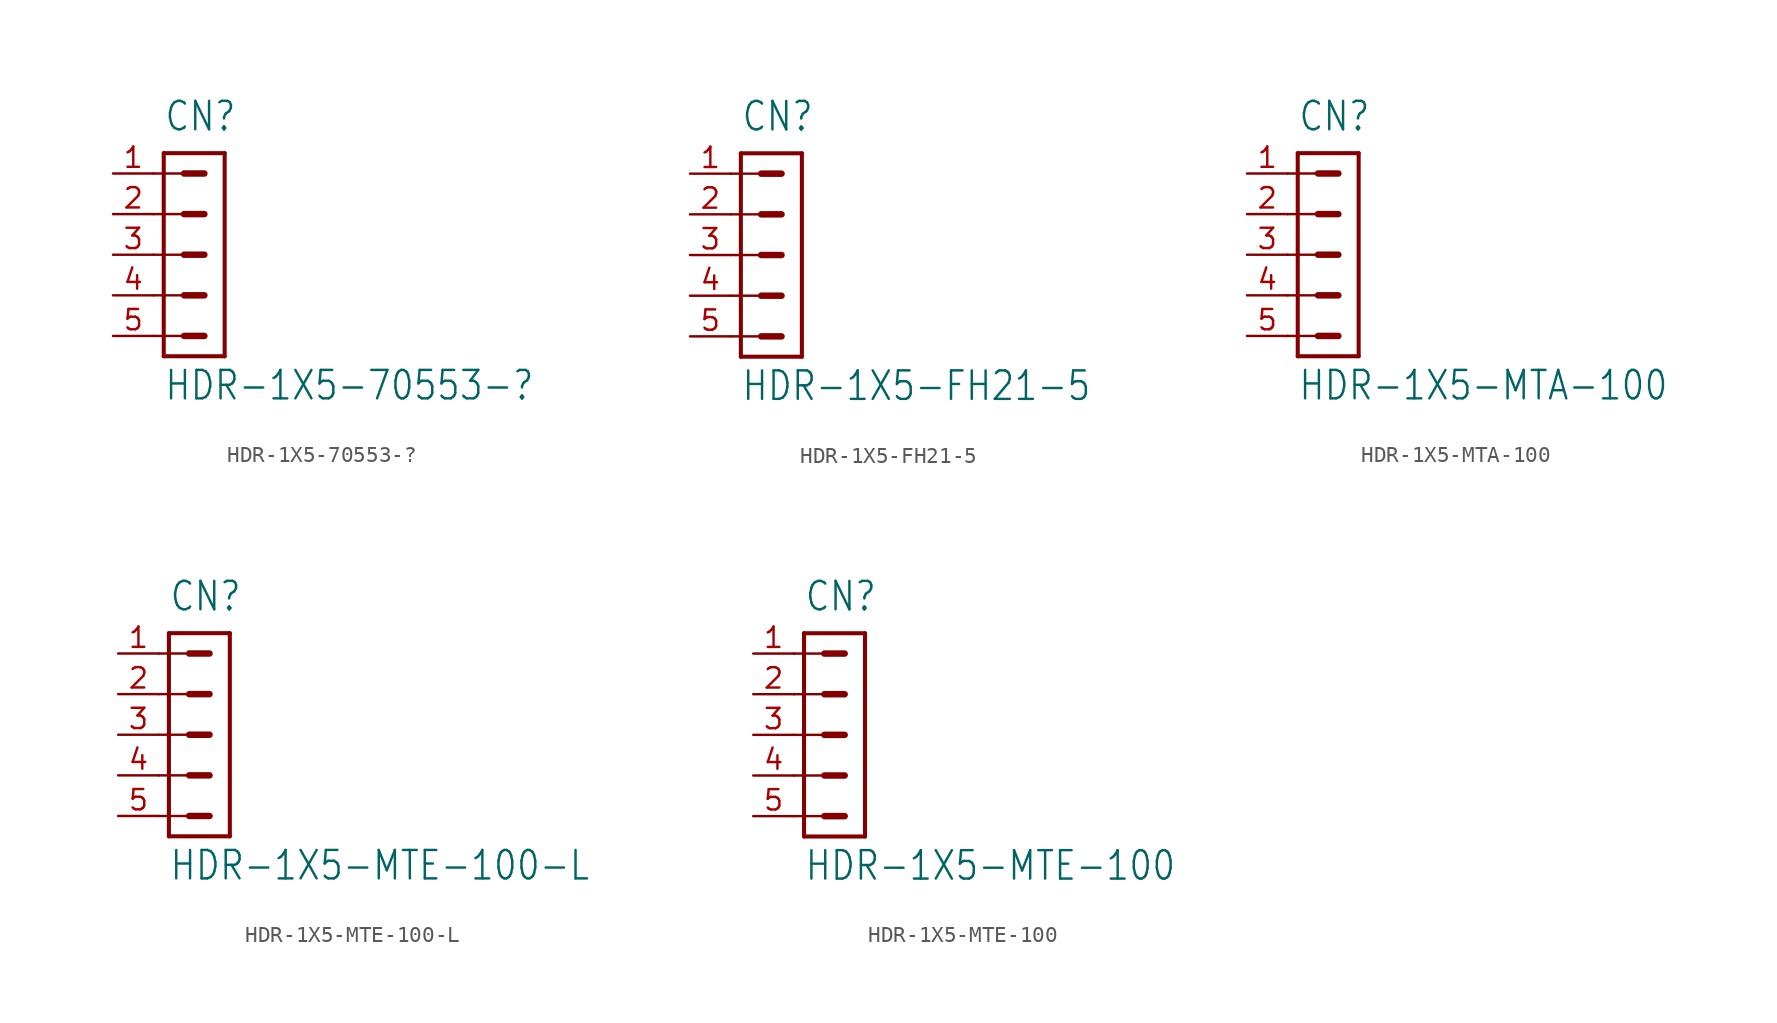
<source format=kicad_sym>
(kicad_symbol_lib
  (version 20211014)
  (generator kicad_symbol_editor)
  (symbol "HDR-1X5-70553-?"
    (property "Reference" "CN"
      (at -1.905 7.62 0)
      (effects (font (size 1.778 1.511)) (justify left bottom)))
    (property "Value" "HDR-1X5-70553-?"
      (at -1.905 -9.207 0)
      (effects (font (size 1.778 1.511)) (justify left bottom)))
    (property "ki_locked" ""
      (at 0 0 0)
      (effects (font (size 1.27 1.27))))
    (symbol "HDR-1X5-70553-?_1_0"
      (polyline (pts (xy -2.54 -5.08) (xy -0.635 -5.08)) (stroke (width 0.152) (type default) (color 0 0 0 0)) (fill (type none)))
      (polyline (pts (xy -2.54 -2.54) (xy -0.635 -2.54)) (stroke (width 0.152) (type default) (color 0 0 0 0)) (fill (type none)))
      (polyline (pts (xy -2.54 0) (xy -0.635 0)) (stroke (width 0.152) (type default) (color 0 0 0 0)) (fill (type none)))
      (polyline (pts (xy -2.54 2.54) (xy -0.635 2.54)) (stroke (width 0.152) (type default) (color 0 0 0 0)) (fill (type none)))
      (polyline (pts (xy -2.54 5.08) (xy -0.635 5.08)) (stroke (width 0.152) (type default) (color 0 0 0 0)) (fill (type none)))
      (polyline (pts (xy -1.905 -6.35) (xy -1.905 6.35)) (stroke (width 0.254) (type default) (color 0 0 0 0)) (fill (type none)))
      (polyline (pts (xy -1.905 -6.35) (xy 1.905 -6.35)) (stroke (width 0.254) (type default) (color 0 0 0 0)) (fill (type none)))
      (polyline (pts (xy -0.635 -5.08) (xy 0.635 -5.08)) (stroke (width 0.406) (type default) (color 0 0 0 0)) (fill (type none)))
      (polyline (pts (xy -0.635 -2.54) (xy 0.635 -2.54)) (stroke (width 0.406) (type default) (color 0 0 0 0)) (fill (type none)))
      (polyline (pts (xy -0.635 0) (xy 0.635 0)) (stroke (width 0.406) (type default) (color 0 0 0 0)) (fill (type none)))
      (polyline (pts (xy -0.635 2.54) (xy 0.635 2.54)) (stroke (width 0.406) (type default) (color 0 0 0 0)) (fill (type none)))
      (polyline (pts (xy -0.635 5.08) (xy 0.635 5.08)) (stroke (width 0.406) (type default) (color 0 0 0 0)) (fill (type none)))
      (polyline (pts (xy 1.905 6.35) (xy -1.905 6.35)) (stroke (width 0.254) (type default) (color 0 0 0 0)) (fill (type none)))
      (polyline (pts (xy 1.905 6.35) (xy 1.905 -6.35)) (stroke (width 0.254) (type default) (color 0 0 0 0)) (fill (type none)))
      (pin passive line (at -5.08 5.08 0) (length 2.54) (name "1" (effects (font (size 0 0)))) (number "1" (effects (font (size 1.27 1.27)))))
      (pin passive line (at -5.08 2.54 0) (length 2.54) (name "2" (effects (font (size 0 0)))) (number "2" (effects (font (size 1.27 1.27)))))
      (pin passive line (at -5.08 0 0) (length 2.54) (name "3" (effects (font (size 0 0)))) (number "3" (effects (font (size 1.27 1.27)))))
      (pin passive line (at -5.08 -2.54 0) (length 2.54) (name "4" (effects (font (size 0 0)))) (number "4" (effects (font (size 1.27 1.27)))))
      (pin passive line (at -5.08 -5.08 0) (length 2.54) (name "5" (effects (font (size 0 0)))) (number "5" (effects (font (size 1.27 1.27)))))))
  (symbol "HDR-1X5-FH21-5"
    (property "Reference" "CN"
      (at -1.905 7.62 0)
      (effects (font (size 1.778 1.511)) (justify left bottom)))
    (property "Value" "HDR-1X5-FH21-5"
      (at -1.905 -9.207 0)
      (effects (font (size 1.778 1.511)) (justify left bottom)))
    (property "ki_locked" ""
      (at 0 0 0)
      (effects (font (size 1.27 1.27))))
    (symbol "HDR-1X5-FH21-5_1_0"
      (polyline (pts (xy -2.54 -5.08) (xy -0.635 -5.08)) (stroke (width 0.152) (type default) (color 0 0 0 0)) (fill (type none)))
      (polyline (pts (xy -2.54 -2.54) (xy -0.635 -2.54)) (stroke (width 0.152) (type default) (color 0 0 0 0)) (fill (type none)))
      (polyline (pts (xy -2.54 0) (xy -0.635 0)) (stroke (width 0.152) (type default) (color 0 0 0 0)) (fill (type none)))
      (polyline (pts (xy -2.54 2.54) (xy -0.635 2.54)) (stroke (width 0.152) (type default) (color 0 0 0 0)) (fill (type none)))
      (polyline (pts (xy -2.54 5.08) (xy -0.635 5.08)) (stroke (width 0.152) (type default) (color 0 0 0 0)) (fill (type none)))
      (polyline (pts (xy -1.905 -6.35) (xy -1.905 6.35)) (stroke (width 0.254) (type default) (color 0 0 0 0)) (fill (type none)))
      (polyline (pts (xy -1.905 -6.35) (xy 1.905 -6.35)) (stroke (width 0.254) (type default) (color 0 0 0 0)) (fill (type none)))
      (polyline (pts (xy -0.635 -5.08) (xy 0.635 -5.08)) (stroke (width 0.406) (type default) (color 0 0 0 0)) (fill (type none)))
      (polyline (pts (xy -0.635 -2.54) (xy 0.635 -2.54)) (stroke (width 0.406) (type default) (color 0 0 0 0)) (fill (type none)))
      (polyline (pts (xy -0.635 0) (xy 0.635 0)) (stroke (width 0.406) (type default) (color 0 0 0 0)) (fill (type none)))
      (polyline (pts (xy -0.635 2.54) (xy 0.635 2.54)) (stroke (width 0.406) (type default) (color 0 0 0 0)) (fill (type none)))
      (polyline (pts (xy -0.635 5.08) (xy 0.635 5.08)) (stroke (width 0.406) (type default) (color 0 0 0 0)) (fill (type none)))
      (polyline (pts (xy 1.905 6.35) (xy -1.905 6.35)) (stroke (width 0.254) (type default) (color 0 0 0 0)) (fill (type none)))
      (polyline (pts (xy 1.905 6.35) (xy 1.905 -6.35)) (stroke (width 0.254) (type default) (color 0 0 0 0)) (fill (type none)))
      (pin passive line (at -5.08 5.08 0) (length 2.54) (name "1" (effects (font (size 0 0)))) (number "1" (effects (font (size 1.27 1.27)))))
      (pin passive line (at -5.08 2.54 0) (length 2.54) (name "2" (effects (font (size 0 0)))) (number "2" (effects (font (size 1.27 1.27)))))
      (pin passive line (at -5.08 0 0) (length 2.54) (name "3" (effects (font (size 0 0)))) (number "3" (effects (font (size 1.27 1.27)))))
      (pin passive line (at -5.08 -2.54 0) (length 2.54) (name "4" (effects (font (size 0 0)))) (number "4" (effects (font (size 1.27 1.27)))))
      (pin passive line (at -5.08 -5.08 0) (length 2.54) (name "5" (effects (font (size 0 0)))) (number "5" (effects (font (size 1.27 1.27)))))))
  (symbol "HDR-1X5-MTA-100"
    (property "Reference" "CN"
      (at -1.905 7.62 0)
      (effects (font (size 1.778 1.511)) (justify left bottom)))
    (property "Value" "HDR-1X5-MTA-100"
      (at -1.905 -9.207 0)
      (effects (font (size 1.778 1.511)) (justify left bottom)))
    (property "ki_locked" ""
      (at 0 0 0)
      (effects (font (size 1.27 1.27))))
    (symbol "HDR-1X5-MTA-100_1_0"
      (polyline (pts (xy -2.54 -5.08) (xy -0.635 -5.08)) (stroke (width 0.152) (type default) (color 0 0 0 0)) (fill (type none)))
      (polyline (pts (xy -2.54 -2.54) (xy -0.635 -2.54)) (stroke (width 0.152) (type default) (color 0 0 0 0)) (fill (type none)))
      (polyline (pts (xy -2.54 0) (xy -0.635 0)) (stroke (width 0.152) (type default) (color 0 0 0 0)) (fill (type none)))
      (polyline (pts (xy -2.54 2.54) (xy -0.635 2.54)) (stroke (width 0.152) (type default) (color 0 0 0 0)) (fill (type none)))
      (polyline (pts (xy -2.54 5.08) (xy -0.635 5.08)) (stroke (width 0.152) (type default) (color 0 0 0 0)) (fill (type none)))
      (polyline (pts (xy -1.905 -6.35) (xy -1.905 6.35)) (stroke (width 0.254) (type default) (color 0 0 0 0)) (fill (type none)))
      (polyline (pts (xy -1.905 -6.35) (xy 1.905 -6.35)) (stroke (width 0.254) (type default) (color 0 0 0 0)) (fill (type none)))
      (polyline (pts (xy -0.635 -5.08) (xy 0.635 -5.08)) (stroke (width 0.406) (type default) (color 0 0 0 0)) (fill (type none)))
      (polyline (pts (xy -0.635 -2.54) (xy 0.635 -2.54)) (stroke (width 0.406) (type default) (color 0 0 0 0)) (fill (type none)))
      (polyline (pts (xy -0.635 0) (xy 0.635 0)) (stroke (width 0.406) (type default) (color 0 0 0 0)) (fill (type none)))
      (polyline (pts (xy -0.635 2.54) (xy 0.635 2.54)) (stroke (width 0.406) (type default) (color 0 0 0 0)) (fill (type none)))
      (polyline (pts (xy -0.635 5.08) (xy 0.635 5.08)) (stroke (width 0.406) (type default) (color 0 0 0 0)) (fill (type none)))
      (polyline (pts (xy 1.905 6.35) (xy -1.905 6.35)) (stroke (width 0.254) (type default) (color 0 0 0 0)) (fill (type none)))
      (polyline (pts (xy 1.905 6.35) (xy 1.905 -6.35)) (stroke (width 0.254) (type default) (color 0 0 0 0)) (fill (type none)))
      (pin passive line (at -5.08 5.08 0) (length 2.54) (name "1" (effects (font (size 0 0)))) (number "1" (effects (font (size 1.27 1.27)))))
      (pin passive line (at -5.08 2.54 0) (length 2.54) (name "2" (effects (font (size 0 0)))) (number "2" (effects (font (size 1.27 1.27)))))
      (pin passive line (at -5.08 0 0) (length 2.54) (name "3" (effects (font (size 0 0)))) (number "3" (effects (font (size 1.27 1.27)))))
      (pin passive line (at -5.08 -2.54 0) (length 2.54) (name "4" (effects (font (size 0 0)))) (number "4" (effects (font (size 1.27 1.27)))))
      (pin passive line (at -5.08 -5.08 0) (length 2.54) (name "5" (effects (font (size 0 0)))) (number "5" (effects (font (size 1.27 1.27)))))))
  (symbol "HDR-1X5-MTE-100-L"
    (property "Reference" "CN"
      (at -1.905 7.62 0)
      (effects (font (size 1.778 1.511)) (justify left bottom)))
    (property "Value" "HDR-1X5-MTE-100-L"
      (at -1.905 -9.207 0)
      (effects (font (size 1.778 1.511)) (justify left bottom)))
    (property "ki_locked" ""
      (at 0 0 0)
      (effects (font (size 1.27 1.27))))
    (symbol "HDR-1X5-MTE-100-L_1_0"
      (polyline (pts (xy -2.54 -5.08) (xy -0.635 -5.08)) (stroke (width 0.152) (type default) (color 0 0 0 0)) (fill (type none)))
      (polyline (pts (xy -2.54 -2.54) (xy -0.635 -2.54)) (stroke (width 0.152) (type default) (color 0 0 0 0)) (fill (type none)))
      (polyline (pts (xy -2.54 0) (xy -0.635 0)) (stroke (width 0.152) (type default) (color 0 0 0 0)) (fill (type none)))
      (polyline (pts (xy -2.54 2.54) (xy -0.635 2.54)) (stroke (width 0.152) (type default) (color 0 0 0 0)) (fill (type none)))
      (polyline (pts (xy -2.54 5.08) (xy -0.635 5.08)) (stroke (width 0.152) (type default) (color 0 0 0 0)) (fill (type none)))
      (polyline (pts (xy -1.905 -6.35) (xy -1.905 6.35)) (stroke (width 0.254) (type default) (color 0 0 0 0)) (fill (type none)))
      (polyline (pts (xy -1.905 -6.35) (xy 1.905 -6.35)) (stroke (width 0.254) (type default) (color 0 0 0 0)) (fill (type none)))
      (polyline (pts (xy -0.635 -5.08) (xy 0.635 -5.08)) (stroke (width 0.406) (type default) (color 0 0 0 0)) (fill (type none)))
      (polyline (pts (xy -0.635 -2.54) (xy 0.635 -2.54)) (stroke (width 0.406) (type default) (color 0 0 0 0)) (fill (type none)))
      (polyline (pts (xy -0.635 0) (xy 0.635 0)) (stroke (width 0.406) (type default) (color 0 0 0 0)) (fill (type none)))
      (polyline (pts (xy -0.635 2.54) (xy 0.635 2.54)) (stroke (width 0.406) (type default) (color 0 0 0 0)) (fill (type none)))
      (polyline (pts (xy -0.635 5.08) (xy 0.635 5.08)) (stroke (width 0.406) (type default) (color 0 0 0 0)) (fill (type none)))
      (polyline (pts (xy 1.905 6.35) (xy -1.905 6.35)) (stroke (width 0.254) (type default) (color 0 0 0 0)) (fill (type none)))
      (polyline (pts (xy 1.905 6.35) (xy 1.905 -6.35)) (stroke (width 0.254) (type default) (color 0 0 0 0)) (fill (type none)))
      (pin passive line (at -5.08 5.08 0) (length 2.54) (name "1" (effects (font (size 0 0)))) (number "1" (effects (font (size 1.27 1.27)))))
      (pin passive line (at -5.08 2.54 0) (length 2.54) (name "2" (effects (font (size 0 0)))) (number "2" (effects (font (size 1.27 1.27)))))
      (pin passive line (at -5.08 0 0) (length 2.54) (name "3" (effects (font (size 0 0)))) (number "3" (effects (font (size 1.27 1.27)))))
      (pin passive line (at -5.08 -2.54 0) (length 2.54) (name "4" (effects (font (size 0 0)))) (number "4" (effects (font (size 1.27 1.27)))))
      (pin passive line (at -5.08 -5.08 0) (length 2.54) (name "5" (effects (font (size 0 0)))) (number "5" (effects (font (size 1.27 1.27)))))))
  (symbol "HDR-1X5-MTE-100"
    (property "Reference" "CN"
      (at -1.905 7.62 0)
      (effects (font (size 1.778 1.511)) (justify left bottom)))
    (property "Value" "HDR-1X5-MTE-100"
      (at -1.905 -9.207 0)
      (effects (font (size 1.778 1.511)) (justify left bottom)))
    (property "ki_locked" ""
      (at 0 0 0)
      (effects (font (size 1.27 1.27))))
    (symbol "HDR-1X5-MTE-100_1_0"
      (polyline (pts (xy -2.54 -5.08) (xy -0.635 -5.08)) (stroke (width 0.152) (type default) (color 0 0 0 0)) (fill (type none)))
      (polyline (pts (xy -2.54 -2.54) (xy -0.635 -2.54)) (stroke (width 0.152) (type default) (color 0 0 0 0)) (fill (type none)))
      (polyline (pts (xy -2.54 0) (xy -0.635 0)) (stroke (width 0.152) (type default) (color 0 0 0 0)) (fill (type none)))
      (polyline (pts (xy -2.54 2.54) (xy -0.635 2.54)) (stroke (width 0.152) (type default) (color 0 0 0 0)) (fill (type none)))
      (polyline (pts (xy -2.54 5.08) (xy -0.635 5.08)) (stroke (width 0.152) (type default) (color 0 0 0 0)) (fill (type none)))
      (polyline (pts (xy -1.905 -6.35) (xy -1.905 6.35)) (stroke (width 0.254) (type default) (color 0 0 0 0)) (fill (type none)))
      (polyline (pts (xy -1.905 -6.35) (xy 1.905 -6.35)) (stroke (width 0.254) (type default) (color 0 0 0 0)) (fill (type none)))
      (polyline (pts (xy -0.635 -5.08) (xy 0.635 -5.08)) (stroke (width 0.406) (type default) (color 0 0 0 0)) (fill (type none)))
      (polyline (pts (xy -0.635 -2.54) (xy 0.635 -2.54)) (stroke (width 0.406) (type default) (color 0 0 0 0)) (fill (type none)))
      (polyline (pts (xy -0.635 0) (xy 0.635 0)) (stroke (width 0.406) (type default) (color 0 0 0 0)) (fill (type none)))
      (polyline (pts (xy -0.635 2.54) (xy 0.635 2.54)) (stroke (width 0.406) (type default) (color 0 0 0 0)) (fill (type none)))
      (polyline (pts (xy -0.635 5.08) (xy 0.635 5.08)) (stroke (width 0.406) (type default) (color 0 0 0 0)) (fill (type none)))
      (polyline (pts (xy 1.905 6.35) (xy -1.905 6.35)) (stroke (width 0.254) (type default) (color 0 0 0 0)) (fill (type none)))
      (polyline (pts (xy 1.905 6.35) (xy 1.905 -6.35)) (stroke (width 0.254) (type default) (color 0 0 0 0)) (fill (type none)))
      (pin passive line (at -5.08 5.08 0) (length 2.54) (name "1" (effects (font (size 0 0)))) (number "1" (effects (font (size 1.27 1.27)))))
      (pin passive line (at -5.08 2.54 0) (length 2.54) (name "2" (effects (font (size 0 0)))) (number "2" (effects (font (size 1.27 1.27)))))
      (pin passive line (at -5.08 0 0) (length 2.54) (name "3" (effects (font (size 0 0)))) (number "3" (effects (font (size 1.27 1.27)))))
      (pin passive line (at -5.08 -2.54 0) (length 2.54) (name "4" (effects (font (size 0 0)))) (number "4" (effects (font (size 1.27 1.27)))))
      (pin passive line (at -5.08 -5.08 0) (length 2.54) (name "5" (effects (font (size 0 0)))) (number "5" (effects (font (size 1.27 1.27))))))))
</source>
